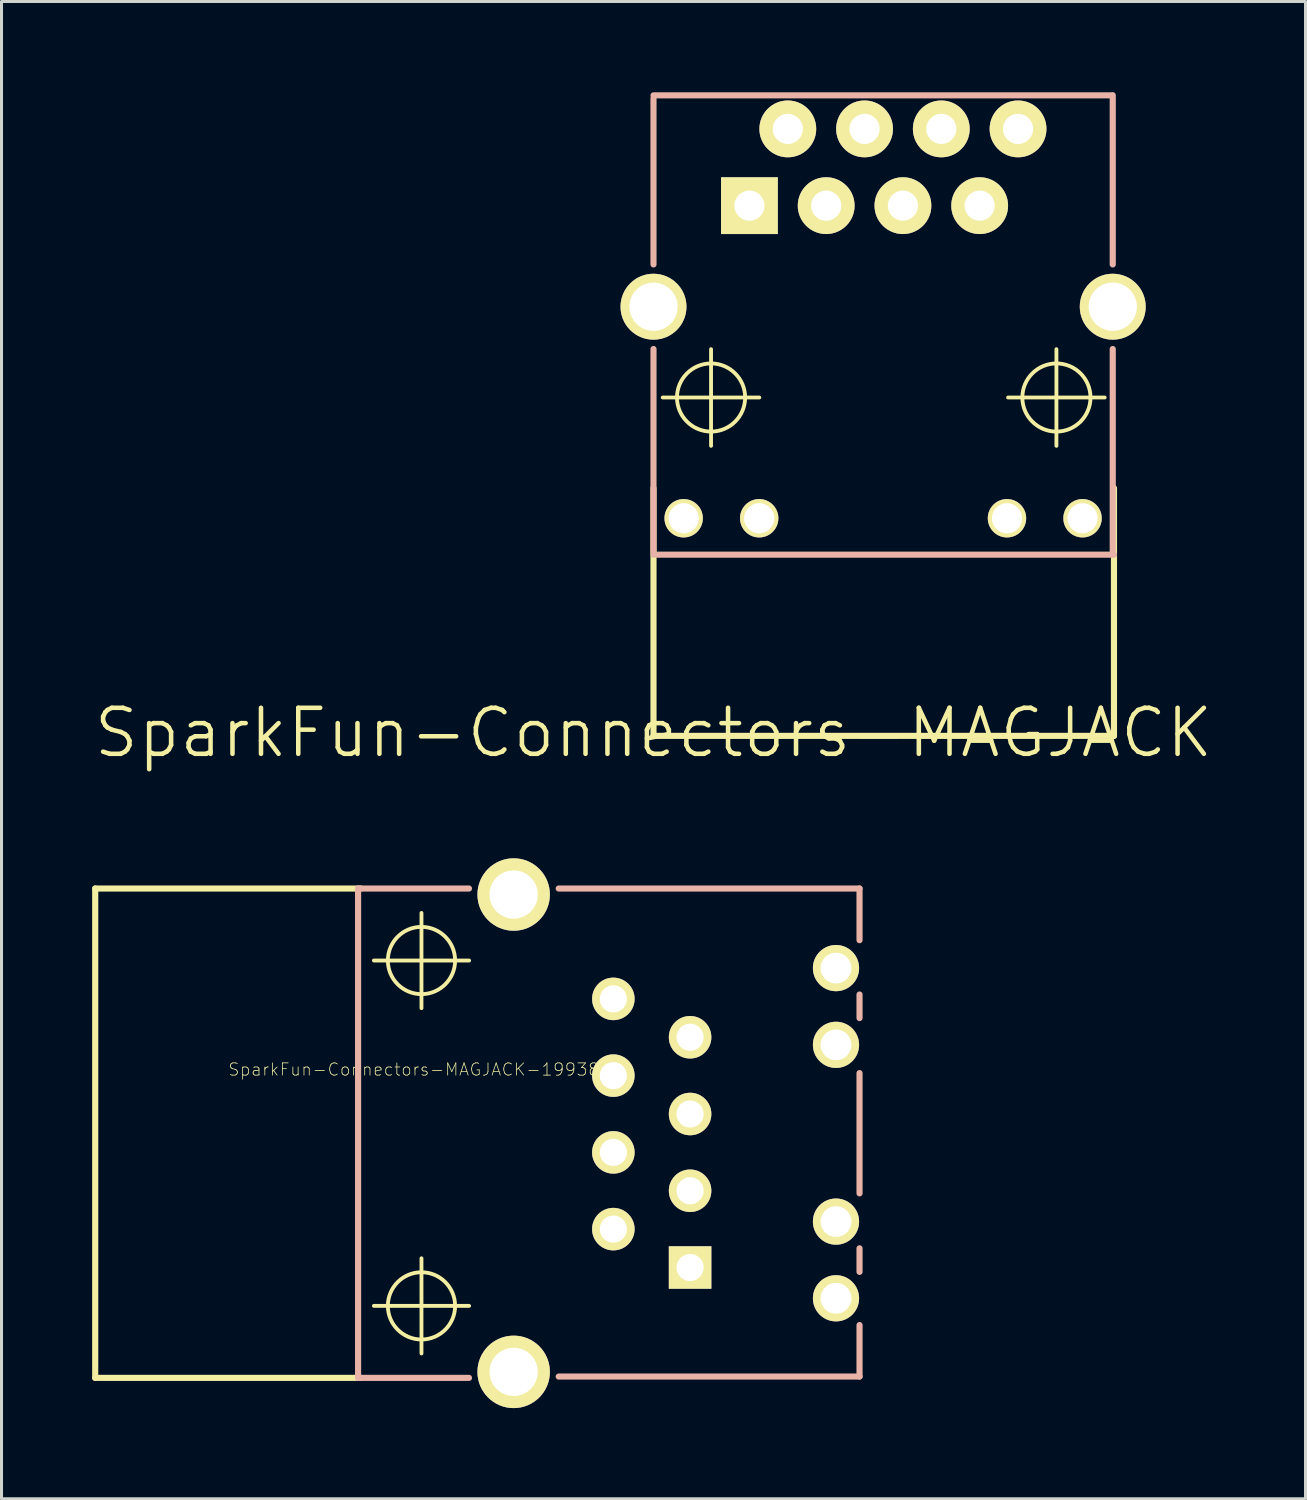
<source format=kicad_pcb>
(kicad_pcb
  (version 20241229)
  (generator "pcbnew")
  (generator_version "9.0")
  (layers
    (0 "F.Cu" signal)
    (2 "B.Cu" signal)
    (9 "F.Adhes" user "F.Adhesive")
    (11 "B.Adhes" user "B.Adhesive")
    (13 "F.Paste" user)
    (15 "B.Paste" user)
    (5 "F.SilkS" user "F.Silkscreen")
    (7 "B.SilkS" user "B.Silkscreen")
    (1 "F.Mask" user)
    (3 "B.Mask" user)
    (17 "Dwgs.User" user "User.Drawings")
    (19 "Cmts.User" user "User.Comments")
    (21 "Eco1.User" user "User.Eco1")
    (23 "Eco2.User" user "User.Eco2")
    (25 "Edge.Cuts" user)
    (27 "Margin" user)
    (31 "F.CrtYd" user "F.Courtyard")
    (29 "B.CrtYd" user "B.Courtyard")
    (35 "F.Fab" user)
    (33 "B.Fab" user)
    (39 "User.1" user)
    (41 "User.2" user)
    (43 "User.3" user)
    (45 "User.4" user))
  (footprint "SparkFun-Connectors-MAGJACK-19938"
    (layer "F.Cu")
    (at 19.789 38.899)
    (property "Reference" "SparkFun-Connectors-MAGJACK-19938" (at -9.144 -6.553 0) (layer "F.SilkS") (effects (font (size 0.406 0.406) (thickness 0.025))))
    (attr exclude_from_pos_files exclude_from_bom)
    (fp_line (start -19.688 -12.543) (end -19.688 3.653) (stroke (width 0.203) (type solid)) (layer "F.SilkS"))
    (fp_line (start -19.688 3.653) (end -10.899 3.653) (stroke (width 0.203) (type solid)) (layer "F.SilkS"))
    (fp_line (start -10.899 -12.543) (end -19.688 -12.543) (stroke (width 0.203) (type solid)) (layer "F.SilkS"))
    (fp_line (start -10.465 -10.16) (end -7.313 -10.16) (stroke (width 0.127) (type solid)) (layer "F.SilkS"))
    (fp_line (start -10.465 1.27) (end -7.313 1.27) (stroke (width 0.127) (type solid)) (layer "F.SilkS"))
    (fp_line (start -8.89 -8.583) (end -8.89 -11.735) (stroke (width 0.127) (type solid)) (layer "F.SilkS"))
    (fp_line (start -8.89 2.845) (end -8.89 -0.305) (stroke (width 0.127) (type solid)) (layer "F.SilkS"))
    (fp_circle (center -8.89 -10.16) (end -9.677 -10.947) (stroke (width 0.127) (type solid)) (fill no) (layer "F.SilkS"))
    (fp_circle (center -8.89 1.27) (end -9.677 2.057) (stroke (width 0.127) (type solid)) (fill no) (layer "F.SilkS"))
    (fp_line (start -10.988 -12.543) (end -10.988 3.653) (stroke (width 0.203) (type solid)) (layer "B.SilkS"))
    (fp_line (start -10.988 3.653) (end -7.318 3.653) (stroke (width 0.203) (type solid)) (layer "B.SilkS"))
    (fp_line (start -7.318 -12.543) (end -10.988 -12.543) (stroke (width 0.203) (type solid)) (layer "B.SilkS"))
    (fp_line (start -4.348 3.609) (end 5.608 3.609) (stroke (width 0.203) (type solid)) (layer "B.SilkS"))
    (fp_line (start 5.608 -12.543) (end -4.348 -12.543) (stroke (width 0.203) (type solid)) (layer "B.SilkS"))
    (fp_line (start 5.608 -12.543) (end 5.608 -10.833) (stroke (width 0.203) (type solid)) (layer "B.SilkS"))
    (fp_line (start 5.608 -8.255) (end 5.608 -9.035) (stroke (width 0.203) (type solid)) (layer "B.SilkS"))
    (fp_line (start 5.608 -2.454) (end 5.608 -6.434) (stroke (width 0.203) (type solid)) (layer "B.SilkS"))
    (fp_line (start 5.608 0.145) (end 5.608 -0.635) (stroke (width 0.203) (type solid)) (layer "B.SilkS"))
    (fp_line (start 5.608 3.609) (end 5.608 1.905) (stroke (width 0.203) (type solid)) (layer "B.SilkS"))
    (pad "1" thru_hole rect (at 0 0) (size 1.407 1.407) (drill 0.899) (layers "*.Cu" "F.Mask" "F.SilkS" "F.Paste"))
    (pad "2" thru_hole circle (at -2.54 -1.27) (size 1.407 1.407) (drill 0.899) (layers "*.Cu" "F.Mask" "F.SilkS" "F.Paste"))
    (pad "3" thru_hole circle (at 0 -2.54) (size 1.407 1.407) (drill 0.899) (layers "*.Cu" "F.Mask" "F.SilkS" "F.Paste"))
    (pad "4" thru_hole circle (at -2.54 -3.81) (size 1.407 1.407) (drill 0.899) (layers "*.Cu" "F.Mask" "F.SilkS" "F.Paste"))
    (pad "5" thru_hole circle (at 0 -5.08) (size 1.407 1.407) (drill 0.899) (layers "*.Cu" "F.Mask" "F.SilkS" "F.Paste"))
    (pad "6" thru_hole circle (at -2.54 -6.35) (size 1.407 1.407) (drill 0.899) (layers "*.Cu" "F.Mask" "F.SilkS" "F.Paste"))
    (pad "7" thru_hole circle (at 0 -7.62) (size 1.407 1.407) (drill 0.899) (layers "*.Cu" "F.Mask" "F.SilkS" "F.Paste"))
    (pad "8" thru_hole circle (at -2.54 -8.89) (size 1.407 1.407) (drill 0.899) (layers "*.Cu" "F.Mask" "F.SilkS" "F.Paste"))
    (pad "9" thru_hole circle (at 4.829 1.019) (size 1.529 1.529) (drill 1.019) (layers "*.Cu" "F.Mask" "F.SilkS" "F.Paste"))
    (pad "10" thru_hole circle (at 4.829 -1.519) (size 1.529 1.529) (drill 1.019) (layers "*.Cu" "F.Mask" "F.SilkS" "F.Paste"))
    (pad "11" thru_hole circle (at 4.829 -7.369) (size 1.529 1.529) (drill 1.019) (layers "*.Cu" "F.Mask" "F.SilkS" "F.Paste"))
    (pad "12" thru_hole circle (at 4.829 -9.909) (size 1.529 1.529) (drill 1.019) (layers "*.Cu" "F.Mask" "F.SilkS" "F.Paste"))
    (pad "P$1" thru_hole circle (at -5.839 3.454) (size 2.398 2.398) (drill 1.598) (layers "*.Cu" "F.Mask" "F.SilkS" "F.Paste"))
    (pad "P$2" thru_hole circle (at -5.839 -12.344) (size 2.398 2.398) (drill 1.598) (layers "*.Cu" "F.Mask" "F.SilkS" "F.Paste")))
  (footprint "SparkFun-Connectors-MAGJACK"
    (layer "F.Cu")
    (at 18.578 21.201)
    (property "Reference" "SparkFun-Connectors-MAGJACK" (at 0 0 0) (layer "F.SilkS") (effects (font (size 1.524 1.524) (thickness 0.15))))
    (attr exclude_from_pos_files exclude_from_bom)
    (fp_line (start 0 -8.095) (end 0 0.104) (stroke (width 0.203) (type solid)) (layer "F.SilkS"))
    (fp_line (start 0 0.104) (end 15.24 0.104) (stroke (width 0.203) (type solid)) (layer "F.SilkS"))
    (fp_line (start 0.305 -11.095) (end 3.503 -11.095) (stroke (width 0.127) (type solid)) (layer "F.SilkS"))
    (fp_line (start 1.905 -9.495) (end 1.905 -12.695) (stroke (width 0.127) (type solid)) (layer "F.SilkS"))
    (fp_line (start 11.735 -11.095) (end 14.933 -11.095) (stroke (width 0.127) (type solid)) (layer "F.SilkS"))
    (fp_line (start 13.335 -9.495) (end 13.335 -12.695) (stroke (width 0.127) (type solid)) (layer "F.SilkS"))
    (fp_line (start 15.24 0.104) (end 15.24 -8.095) (stroke (width 0.203) (type solid)) (layer "F.SilkS"))
    (fp_circle (center 1.905 -11.095) (end 2.703 -11.892) (stroke (width 0.127) (type solid)) (fill no) (layer "F.SilkS"))
    (fp_circle (center 13.335 -11.095) (end 14.133 -11.892) (stroke (width 0.127) (type solid)) (fill no) (layer "F.SilkS"))
    (fp_line (start 0 -21.095) (end 15.138 -21.095) (stroke (width 0.203) (type solid)) (layer "B.SilkS"))
    (fp_line (start 0 -20.998) (end 0 -15.499) (stroke (width 0.203) (type solid)) (layer "B.SilkS"))
    (fp_line (start 0 -5.999) (end 0 -12.7) (stroke (width 0.203) (type solid)) (layer "B.SilkS"))
    (fp_line (start 0 -5.893) (end 15.24 -5.893) (stroke (width 0.203) (type solid)) (layer "B.SilkS"))
    (fp_line (start 15.199 -21.1) (end 15.199 -15.499) (stroke (width 0.203) (type solid)) (layer "B.SilkS"))
    (fp_line (start 15.199 -5.898) (end 15.199 -12.7) (stroke (width 0.203) (type solid)) (layer "B.SilkS"))
    (pad "1" thru_hole rect (at 3.175 -17.445) (size 1.88 1.88) (drill 0.998) (layers "*.Cu" "F.Mask" "F.SilkS" "F.Paste"))
    (pad "2" thru_hole circle (at 4.445 -19.985) (size 1.88 1.88) (drill 0.998) (layers "*.Cu" "F.Mask" "F.SilkS" "F.Paste"))
    (pad "3" thru_hole circle (at 5.715 -17.445) (size 1.88 1.88) (drill 0.998) (layers "*.Cu" "F.Mask" "F.SilkS" "F.Paste"))
    (pad "4" thru_hole circle (at 6.985 -19.985) (size 1.88 1.88) (drill 0.998) (layers "*.Cu" "F.Mask" "F.SilkS" "F.Paste"))
    (pad "5" thru_hole circle (at 8.255 -17.445) (size 1.88 1.88) (drill 0.998) (layers "*.Cu" "F.Mask" "F.SilkS" "F.Paste"))
    (pad "6" thru_hole circle (at 9.525 -19.985) (size 1.88 1.88) (drill 0.998) (layers "*.Cu" "F.Mask" "F.SilkS" "F.Paste"))
    (pad "7" thru_hole circle (at 10.795 -17.445) (size 1.88 1.88) (drill 0.998) (layers "*.Cu" "F.Mask" "F.SilkS" "F.Paste"))
    (pad "8" thru_hole circle (at 12.065 -19.985) (size 1.88 1.88) (drill 0.998) (layers "*.Cu" "F.Mask" "F.SilkS" "F.Paste"))
    (pad "9" thru_hole circle (at 0.998 -7.099) (size 1.27 1.27) (drill 0.998) (layers "*.Cu" "F.Mask" "F.SilkS" "F.Paste"))
    (pad "10" thru_hole circle (at 3.498 -7.099) (size 1.27 1.27) (drill 0.998) (layers "*.Cu" "F.Mask" "F.SilkS" "F.Paste"))
    (pad "11" thru_hole circle (at 11.699 -7.099) (size 1.27 1.27) (drill 0.998) (layers "*.Cu" "F.Mask" "F.SilkS" "F.Paste"))
    (pad "12" thru_hole circle (at 14.199 -7.099) (size 1.27 1.27) (drill 0.998) (layers "*.Cu" "F.Mask" "F.SilkS" "F.Paste"))
    (pad "M1" thru_hole circle (at 0 -14.1) (size 2.182 2.182) (drill 1.598) (layers "*.Cu" "F.Mask" "F.SilkS" "F.Paste"))
    (pad "M2" thru_hole circle (at 15.199 -14.1) (size 2.182 2.182) (drill 1.598) (layers "*.Cu" "F.Mask" "F.SilkS" "F.Paste")))
  (gr_rect
    (start -3 -3)
    (end 40.157 46.553)
    (stroke (width 0.1) (type default))
    (fill no)
    (layer "Edge.Cuts")))
</source>
